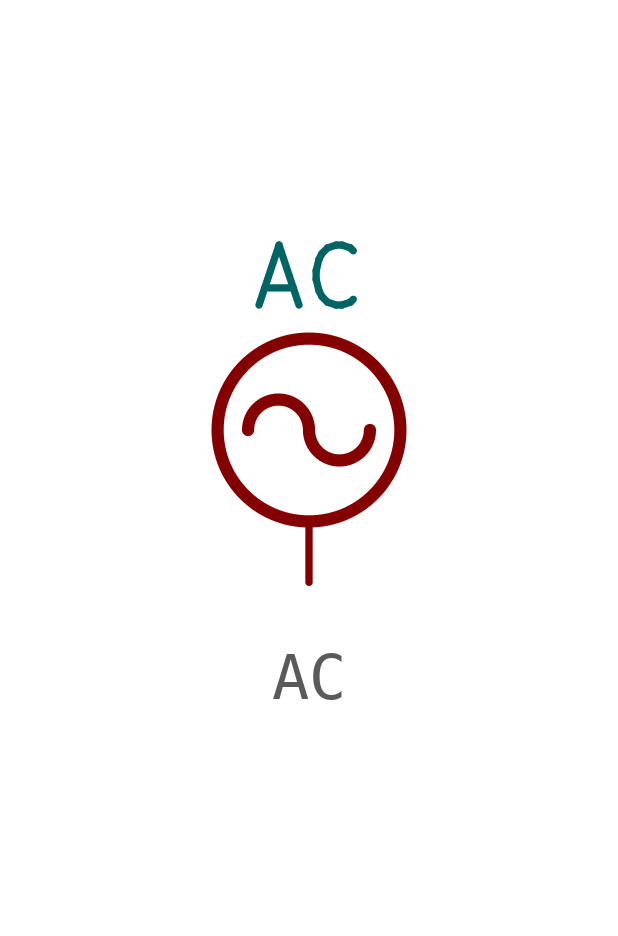
<source format=kicad_sym>
(kicad_symbol_lib
  (version 20231120)
  (generator "kicad_symbol_editor")
  (generator_version "8.0")
  (symbol "AC"
    (power)
    (pin_numbers hide)
    (pin_names
      (offset 0) hide)
    (property "Reference" "#PWR"
      (at 0 -11 0)
      (effects (font (size 1.25 1.25)) (hide yes)))
    (property "Value" "AC"
      (at 0 6.35 0)
      (do_not_autoplace)
      (effects (font (size 1.25 1.25))))
    (symbol "AC_0_1"
      (polyline (pts (xy 0 0) (xy 0 1.27)) (stroke (width 0) (type default)) (fill (type none)))
      (arc (start 0 3.175) (mid -0.635 3.8073) (end -1.27 3.175) (stroke (width 0.254) (type default)) (fill (type none)))
      (arc (start 0 3.175) (mid 0.635 2.5427) (end 1.27 3.175) (stroke (width 0.254) (type default)) (fill (type none)))
      (circle (center 0 3.175) (radius 1.905) (stroke (width 0.254) (type default)) (fill (type none))))
    (symbol "AC_1_1"
      (pin power_in line (at 0 0 90) (length 0) hide (name "AC" (effects (font (size 1.25 1.25)))) (number "1" (effects (font (size 1.25 1.25))))))))
</source>
